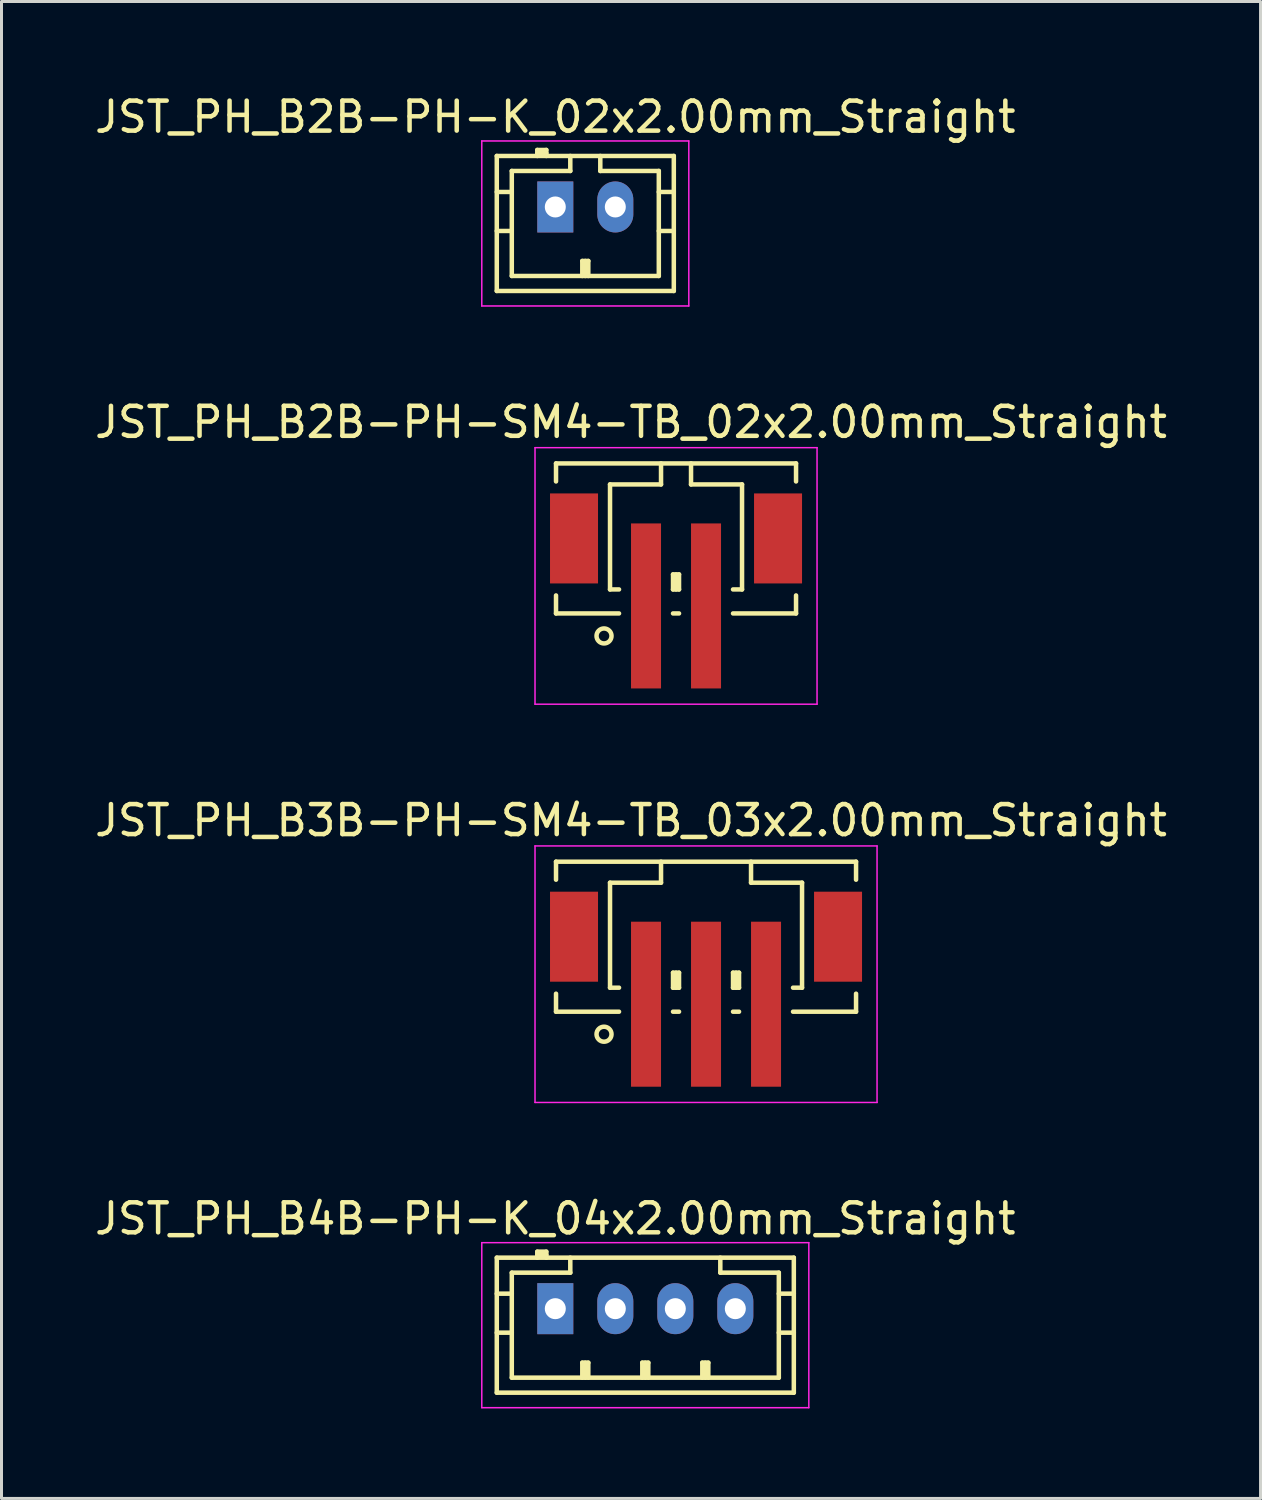
<source format=kicad_pcb>
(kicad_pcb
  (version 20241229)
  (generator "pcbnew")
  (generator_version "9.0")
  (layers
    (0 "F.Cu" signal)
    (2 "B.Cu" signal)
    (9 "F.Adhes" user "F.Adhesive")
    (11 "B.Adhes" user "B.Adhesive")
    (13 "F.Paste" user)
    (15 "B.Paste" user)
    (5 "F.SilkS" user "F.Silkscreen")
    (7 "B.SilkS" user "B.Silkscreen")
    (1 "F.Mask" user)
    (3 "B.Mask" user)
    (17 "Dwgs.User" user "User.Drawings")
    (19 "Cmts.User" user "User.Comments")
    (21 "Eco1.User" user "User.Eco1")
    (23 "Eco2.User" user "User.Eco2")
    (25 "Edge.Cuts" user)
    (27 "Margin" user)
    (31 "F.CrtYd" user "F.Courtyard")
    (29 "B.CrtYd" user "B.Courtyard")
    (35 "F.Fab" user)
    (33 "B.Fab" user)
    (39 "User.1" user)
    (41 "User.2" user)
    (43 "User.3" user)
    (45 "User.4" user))
  (footprint "JST_PH_B2B-PH-SM4-TB_02x2.00mm_Straight"
    (layer "F.Cu")
    (at 19.482 16.021)
    (property "Reference" "JST_PH_B2B-PH-SM4-TB_02x2.00mm_Straight" (at -1.5 -5 0) (layer "F.SilkS") (effects (font (size 1 1) (thickness 0.15))))
    (attr smd)
    (fp_line (start -4 -3.625) (end 4 -3.625) (stroke (width 0.15) (type solid)) (layer "F.SilkS"))
    (fp_line (start -4 -3.025) (end -4 -3.625) (stroke (width 0.15) (type solid)) (layer "F.SilkS"))
    (fp_line (start -4 0.775) (end -4 1.375) (stroke (width 0.15) (type solid)) (layer "F.SilkS"))
    (fp_line (start -4 1.375) (end -1.9 1.375) (stroke (width 0.15) (type solid)) (layer "F.SilkS"))
    (fp_line (start -2.2 -2.925) (end -2.2 0.575) (stroke (width 0.15) (type solid)) (layer "F.SilkS"))
    (fp_line (start -2.2 0.575) (end -1.9 0.575) (stroke (width 0.15) (type solid)) (layer "F.SilkS"))
    (fp_line (start -0.5 -3.625) (end -0.5 -2.925) (stroke (width 0.15) (type solid)) (layer "F.SilkS"))
    (fp_line (start -0.5 -2.925) (end -2.2 -2.925) (stroke (width 0.15) (type solid)) (layer "F.SilkS"))
    (fp_line (start -0.1 0.075) (end 0.1 0.075) (stroke (width 0.15) (type solid)) (layer "F.SilkS"))
    (fp_line (start -0.1 0.575) (end -0.1 0.075) (stroke (width 0.15) (type solid)) (layer "F.SilkS"))
    (fp_line (start -0.1 0.575) (end 0.1 0.575) (stroke (width 0.15) (type solid)) (layer "F.SilkS"))
    (fp_line (start -0.1 1.375) (end 0.1 1.375) (stroke (width 0.15) (type solid)) (layer "F.SilkS"))
    (fp_line (start 0 0.575) (end 0 0.075) (stroke (width 0.15) (type solid)) (layer "F.SilkS"))
    (fp_line (start 0.1 0.075) (end 0.1 0.575) (stroke (width 0.15) (type solid)) (layer "F.SilkS"))
    (fp_line (start 0.5 -3.625) (end 0.5 -2.925) (stroke (width 0.15) (type solid)) (layer "F.SilkS"))
    (fp_line (start 0.5 -2.925) (end 2.2 -2.925) (stroke (width 0.15) (type solid)) (layer "F.SilkS"))
    (fp_line (start 2.2 -2.925) (end 2.2 0.575) (stroke (width 0.15) (type solid)) (layer "F.SilkS"))
    (fp_line (start 2.2 0.575) (end 1.9 0.575) (stroke (width 0.15) (type solid)) (layer "F.SilkS"))
    (fp_line (start 4 -3.625) (end 4 -3.025) (stroke (width 0.15) (type solid)) (layer "F.SilkS"))
    (fp_line (start 4 0.775) (end 4 1.375) (stroke (width 0.15) (type solid)) (layer "F.SilkS"))
    (fp_line (start 4 1.375) (end 1.9 1.375) (stroke (width 0.15) (type solid)) (layer "F.SilkS"))
    (fp_circle (center -2.4 2.125) (end -2.15 2.125) (stroke (width 0.15) (type solid)) (fill no) (layer "F.SilkS"))
    (fp_line (start -4.7 -4.15) (end 4.7 -4.15) (stroke (width 0.05) (type solid)) (layer "F.CrtYd"))
    (fp_line (start -4.7 4.4) (end -4.7 -4.15) (stroke (width 0.05) (type solid)) (layer "F.CrtYd"))
    (fp_line (start 4.7 -4.15) (end 4.7 4.4) (stroke (width 0.05) (type solid)) (layer "F.CrtYd"))
    (fp_line (start 4.7 4.4) (end -4.7 4.4) (stroke (width 0.05) (type solid)) (layer "F.CrtYd"))
    (pad "" smd rect (at -3.4 -1.125) (size 1.6 3) (layers "F.Cu" "F.Mask" "F.Paste"))
    (pad "" smd rect (at 3.4 -1.125) (size 1.6 3) (layers "F.Cu" "F.Mask" "F.Paste"))
    (pad "1" smd rect (at -1 1.125) (size 1 5.5) (layers "F.Cu" "F.Mask" "F.Paste"))
    (pad "2" smd rect (at 1 1.125) (size 1 5.5) (layers "F.Cu" "F.Mask" "F.Paste")))
  (footprint "JST_PH_B2B-PH-K_02x2.00mm_Straight"
    (layer "F.Cu")
    (at 15.458 3.848)
    (property "Reference" "JST_PH_B2B-PH-K_02x2.00mm_Straight" (at 0 -3 0) (layer "F.SilkS") (effects (font (size 1 1) (thickness 0.15))))
    (attr through_hole)
    (fp_line (start -1.95 -1.7) (end 3.95 -1.7) (stroke (width 0.15) (type solid)) (layer "F.SilkS"))
    (fp_line (start -1.95 -0.5) (end -1.45 -0.5) (stroke (width 0.15) (type solid)) (layer "F.SilkS"))
    (fp_line (start -1.95 0.8) (end -1.45 0.8) (stroke (width 0.15) (type solid)) (layer "F.SilkS"))
    (fp_line (start -1.95 2.8) (end -1.95 -1.7) (stroke (width 0.15) (type solid)) (layer "F.SilkS"))
    (fp_line (start -1.45 -1.2) (end -1.45 2.3) (stroke (width 0.15) (type solid)) (layer "F.SilkS"))
    (fp_line (start -1.45 2.3) (end 3.45 2.3) (stroke (width 0.15) (type solid)) (layer "F.SilkS"))
    (fp_line (start -0.6 -1.9) (end -0.6 -1.7) (stroke (width 0.15) (type solid)) (layer "F.SilkS"))
    (fp_line (start -0.3 -1.9) (end -0.6 -1.9) (stroke (width 0.15) (type solid)) (layer "F.SilkS"))
    (fp_line (start -0.3 -1.8) (end -0.6 -1.8) (stroke (width 0.15) (type solid)) (layer "F.SilkS"))
    (fp_line (start -0.3 -1.7) (end -0.3 -1.9) (stroke (width 0.15) (type solid)) (layer "F.SilkS"))
    (fp_line (start 0.5 -1.7) (end 0.5 -1.2) (stroke (width 0.15) (type solid)) (layer "F.SilkS"))
    (fp_line (start 0.5 -1.2) (end -1.45 -1.2) (stroke (width 0.15) (type solid)) (layer "F.SilkS"))
    (fp_line (start 0.9 1.8) (end 1.1 1.8) (stroke (width 0.15) (type solid)) (layer "F.SilkS"))
    (fp_line (start 0.9 2.3) (end 0.9 1.8) (stroke (width 0.15) (type solid)) (layer "F.SilkS"))
    (fp_line (start 1 2.3) (end 1 1.8) (stroke (width 0.15) (type solid)) (layer "F.SilkS"))
    (fp_line (start 1.1 1.8) (end 1.1 2.3) (stroke (width 0.15) (type solid)) (layer "F.SilkS"))
    (fp_line (start 1.5 -1.2) (end 1.5 -1.7) (stroke (width 0.15) (type solid)) (layer "F.SilkS"))
    (fp_line (start 3.45 -1.2) (end 1.5 -1.2) (stroke (width 0.15) (type solid)) (layer "F.SilkS"))
    (fp_line (start 3.45 -0.5) (end 3.95 -0.5) (stroke (width 0.15) (type solid)) (layer "F.SilkS"))
    (fp_line (start 3.45 0.8) (end 3.95 0.8) (stroke (width 0.15) (type solid)) (layer "F.SilkS"))
    (fp_line (start 3.45 2.3) (end 3.45 -1.2) (stroke (width 0.15) (type solid)) (layer "F.SilkS"))
    (fp_line (start 3.95 -1.7) (end 3.95 2.8) (stroke (width 0.15) (type solid)) (layer "F.SilkS"))
    (fp_line (start 3.95 2.8) (end -1.95 2.8) (stroke (width 0.15) (type solid)) (layer "F.SilkS"))
    (fp_line (start -2.45 -2.2) (end 4.45 -2.2) (stroke (width 0.05) (type solid)) (layer "F.CrtYd"))
    (fp_line (start -2.45 3.3) (end -2.45 -2.2) (stroke (width 0.05) (type solid)) (layer "F.CrtYd"))
    (fp_line (start 4.45 -2.2) (end 4.45 3.3) (stroke (width 0.05) (type solid)) (layer "F.CrtYd"))
    (fp_line (start 4.45 3.3) (end -2.45 3.3) (stroke (width 0.05) (type solid)) (layer "F.CrtYd"))
    (pad "1" thru_hole rect (at 0 0) (size 1.2 1.7) (drill 0.7) (layers "*.Cu" "*.Mask"))
    (pad "2" thru_hole oval (at 2 0) (size 1.2 1.7) (drill 0.7) (layers "*.Cu" "*.Mask")))
  (footprint "JST_PH_B4B-PH-K_04x2.00mm_Straight"
    (layer "F.Cu")
    (at 15.458 40.568)
    (property "Reference" "JST_PH_B4B-PH-K_04x2.00mm_Straight" (at 0 -3 0) (layer "F.SilkS") (effects (font (size 1 1) (thickness 0.15))))
    (attr through_hole)
    (fp_line (start -1.95 -1.7) (end 7.95 -1.7) (stroke (width 0.15) (type solid)) (layer "F.SilkS"))
    (fp_line (start -1.95 -0.5) (end -1.45 -0.5) (stroke (width 0.15) (type solid)) (layer "F.SilkS"))
    (fp_line (start -1.95 0.8) (end -1.45 0.8) (stroke (width 0.15) (type solid)) (layer "F.SilkS"))
    (fp_line (start -1.95 2.8) (end -1.95 -1.7) (stroke (width 0.15) (type solid)) (layer "F.SilkS"))
    (fp_line (start -1.45 -1.2) (end -1.45 2.3) (stroke (width 0.15) (type solid)) (layer "F.SilkS"))
    (fp_line (start -1.45 2.3) (end 7.45 2.3) (stroke (width 0.15) (type solid)) (layer "F.SilkS"))
    (fp_line (start -0.6 -1.9) (end -0.6 -1.7) (stroke (width 0.15) (type solid)) (layer "F.SilkS"))
    (fp_line (start -0.3 -1.9) (end -0.6 -1.9) (stroke (width 0.15) (type solid)) (layer "F.SilkS"))
    (fp_line (start -0.3 -1.8) (end -0.6 -1.8) (stroke (width 0.15) (type solid)) (layer "F.SilkS"))
    (fp_line (start -0.3 -1.7) (end -0.3 -1.9) (stroke (width 0.15) (type solid)) (layer "F.SilkS"))
    (fp_line (start 0.5 -1.7) (end 0.5 -1.2) (stroke (width 0.15) (type solid)) (layer "F.SilkS"))
    (fp_line (start 0.5 -1.2) (end -1.45 -1.2) (stroke (width 0.15) (type solid)) (layer "F.SilkS"))
    (fp_line (start 0.9 1.8) (end 1.1 1.8) (stroke (width 0.15) (type solid)) (layer "F.SilkS"))
    (fp_line (start 0.9 2.3) (end 0.9 1.8) (stroke (width 0.15) (type solid)) (layer "F.SilkS"))
    (fp_line (start 1 2.3) (end 1 1.8) (stroke (width 0.15) (type solid)) (layer "F.SilkS"))
    (fp_line (start 1.1 1.8) (end 1.1 2.3) (stroke (width 0.15) (type solid)) (layer "F.SilkS"))
    (fp_line (start 2.9 1.8) (end 3.1 1.8) (stroke (width 0.15) (type solid)) (layer "F.SilkS"))
    (fp_line (start 2.9 2.3) (end 2.9 1.8) (stroke (width 0.15) (type solid)) (layer "F.SilkS"))
    (fp_line (start 3 2.3) (end 3 1.8) (stroke (width 0.15) (type solid)) (layer "F.SilkS"))
    (fp_line (start 3.1 1.8) (end 3.1 2.3) (stroke (width 0.15) (type solid)) (layer "F.SilkS"))
    (fp_line (start 4.9 1.8) (end 5.1 1.8) (stroke (width 0.15) (type solid)) (layer "F.SilkS"))
    (fp_line (start 4.9 2.3) (end 4.9 1.8) (stroke (width 0.15) (type solid)) (layer "F.SilkS"))
    (fp_line (start 5 2.3) (end 5 1.8) (stroke (width 0.15) (type solid)) (layer "F.SilkS"))
    (fp_line (start 5.1 1.8) (end 5.1 2.3) (stroke (width 0.15) (type solid)) (layer "F.SilkS"))
    (fp_line (start 5.5 -1.2) (end 5.5 -1.7) (stroke (width 0.15) (type solid)) (layer "F.SilkS"))
    (fp_line (start 7.45 -1.2) (end 5.5 -1.2) (stroke (width 0.15) (type solid)) (layer "F.SilkS"))
    (fp_line (start 7.45 -0.5) (end 7.95 -0.5) (stroke (width 0.15) (type solid)) (layer "F.SilkS"))
    (fp_line (start 7.45 0.8) (end 7.95 0.8) (stroke (width 0.15) (type solid)) (layer "F.SilkS"))
    (fp_line (start 7.45 2.3) (end 7.45 -1.2) (stroke (width 0.15) (type solid)) (layer "F.SilkS"))
    (fp_line (start 7.95 -1.7) (end 7.95 2.8) (stroke (width 0.15) (type solid)) (layer "F.SilkS"))
    (fp_line (start 7.95 2.8) (end -1.95 2.8) (stroke (width 0.15) (type solid)) (layer "F.SilkS"))
    (fp_line (start -2.45 -2.2) (end 8.45 -2.2) (stroke (width 0.05) (type solid)) (layer "F.CrtYd"))
    (fp_line (start -2.45 3.3) (end -2.45 -2.2) (stroke (width 0.05) (type solid)) (layer "F.CrtYd"))
    (fp_line (start 8.45 -2.2) (end 8.45 3.3) (stroke (width 0.05) (type solid)) (layer "F.CrtYd"))
    (fp_line (start 8.45 3.3) (end -2.45 3.3) (stroke (width 0.05) (type solid)) (layer "F.CrtYd"))
    (pad "1" thru_hole rect (at 0 0) (size 1.2 1.7) (drill 0.7) (layers "*.Cu" "*.Mask"))
    (pad "2" thru_hole oval (at 2 0) (size 1.2 1.7) (drill 0.7) (layers "*.Cu" "*.Mask"))
    (pad "3" thru_hole oval (at 4 0) (size 1.2 1.7) (drill 0.7) (layers "*.Cu" "*.Mask"))
    (pad "4" thru_hole oval (at 6 0) (size 1.2 1.7) (drill 0.7) (layers "*.Cu" "*.Mask")))
  (footprint "JST_PH_B3B-PH-SM4-TB_03x2.00mm_Straight"
    (layer "F.Cu")
    (at 20.482 29.295)
    (property "Reference" "JST_PH_B3B-PH-SM4-TB_03x2.00mm_Straight" (at -2.5 -5 0) (layer "F.SilkS") (effects (font (size 1 1) (thickness 0.15))))
    (attr smd)
    (fp_line (start -5 -3.625) (end 5 -3.625) (stroke (width 0.15) (type solid)) (layer "F.SilkS"))
    (fp_line (start -5 -3.025) (end -5 -3.625) (stroke (width 0.15) (type solid)) (layer "F.SilkS"))
    (fp_line (start -5 0.775) (end -5 1.375) (stroke (width 0.15) (type solid)) (layer "F.SilkS"))
    (fp_line (start -5 1.375) (end -2.9 1.375) (stroke (width 0.15) (type solid)) (layer "F.SilkS"))
    (fp_line (start -3.2 -2.925) (end -3.2 0.575) (stroke (width 0.15) (type solid)) (layer "F.SilkS"))
    (fp_line (start -3.2 0.575) (end -2.9 0.575) (stroke (width 0.15) (type solid)) (layer "F.SilkS"))
    (fp_line (start -1.5 -3.625) (end -1.5 -2.925) (stroke (width 0.15) (type solid)) (layer "F.SilkS"))
    (fp_line (start -1.5 -2.925) (end -3.2 -2.925) (stroke (width 0.15) (type solid)) (layer "F.SilkS"))
    (fp_line (start -1.1 0.075) (end -0.9 0.075) (stroke (width 0.15) (type solid)) (layer "F.SilkS"))
    (fp_line (start -1.1 0.575) (end -1.1 0.075) (stroke (width 0.15) (type solid)) (layer "F.SilkS"))
    (fp_line (start -1.1 0.575) (end -0.9 0.575) (stroke (width 0.15) (type solid)) (layer "F.SilkS"))
    (fp_line (start -1.1 1.375) (end -0.9 1.375) (stroke (width 0.15) (type solid)) (layer "F.SilkS"))
    (fp_line (start -1 0.575) (end -1 0.075) (stroke (width 0.15) (type solid)) (layer "F.SilkS"))
    (fp_line (start -0.9 0.075) (end -0.9 0.575) (stroke (width 0.15) (type solid)) (layer "F.SilkS"))
    (fp_line (start 0.9 0.075) (end 1.1 0.075) (stroke (width 0.15) (type solid)) (layer "F.SilkS"))
    (fp_line (start 0.9 0.575) (end 0.9 0.075) (stroke (width 0.15) (type solid)) (layer "F.SilkS"))
    (fp_line (start 0.9 0.575) (end 1.1 0.575) (stroke (width 0.15) (type solid)) (layer "F.SilkS"))
    (fp_line (start 0.9 1.375) (end 1.1 1.375) (stroke (width 0.15) (type solid)) (layer "F.SilkS"))
    (fp_line (start 1 0.575) (end 1 0.075) (stroke (width 0.15) (type solid)) (layer "F.SilkS"))
    (fp_line (start 1.1 0.075) (end 1.1 0.575) (stroke (width 0.15) (type solid)) (layer "F.SilkS"))
    (fp_line (start 1.5 -3.625) (end 1.5 -2.925) (stroke (width 0.15) (type solid)) (layer "F.SilkS"))
    (fp_line (start 1.5 -2.925) (end 3.2 -2.925) (stroke (width 0.15) (type solid)) (layer "F.SilkS"))
    (fp_line (start 3.2 -2.925) (end 3.2 0.575) (stroke (width 0.15) (type solid)) (layer "F.SilkS"))
    (fp_line (start 3.2 0.575) (end 2.9 0.575) (stroke (width 0.15) (type solid)) (layer "F.SilkS"))
    (fp_line (start 5 -3.625) (end 5 -3.025) (stroke (width 0.15) (type solid)) (layer "F.SilkS"))
    (fp_line (start 5 0.775) (end 5 1.375) (stroke (width 0.15) (type solid)) (layer "F.SilkS"))
    (fp_line (start 5 1.375) (end 2.9 1.375) (stroke (width 0.15) (type solid)) (layer "F.SilkS"))
    (fp_circle (center -3.4 2.125) (end -3.15 2.125) (stroke (width 0.15) (type solid)) (fill no) (layer "F.SilkS"))
    (fp_line (start -5.7 -4.15) (end 5.7 -4.15) (stroke (width 0.05) (type solid)) (layer "F.CrtYd"))
    (fp_line (start -5.7 4.4) (end -5.7 -4.15) (stroke (width 0.05) (type solid)) (layer "F.CrtYd"))
    (fp_line (start 5.7 -4.15) (end 5.7 4.4) (stroke (width 0.05) (type solid)) (layer "F.CrtYd"))
    (fp_line (start 5.7 4.4) (end -5.7 4.4) (stroke (width 0.05) (type solid)) (layer "F.CrtYd"))
    (pad "" smd rect (at -4.4 -1.125) (size 1.6 3) (layers "F.Cu" "F.Mask" "F.Paste"))
    (pad "" smd rect (at 4.4 -1.125) (size 1.6 3) (layers "F.Cu" "F.Mask" "F.Paste"))
    (pad "1" smd rect (at -2 1.125) (size 1 5.5) (layers "F.Cu" "F.Mask" "F.Paste"))
    (pad "2" smd rect (at 0 1.125) (size 1 5.5) (layers "F.Cu" "F.Mask" "F.Paste"))
    (pad "3" smd rect (at 2 1.125) (size 1 5.5) (layers "F.Cu" "F.Mask" "F.Paste")))
  (gr_rect
    (start -3 -3)
    (end 38.964 46.893)
    (stroke (width 0.1) (type default))
    (fill no)
    (layer "Edge.Cuts")))
</source>
